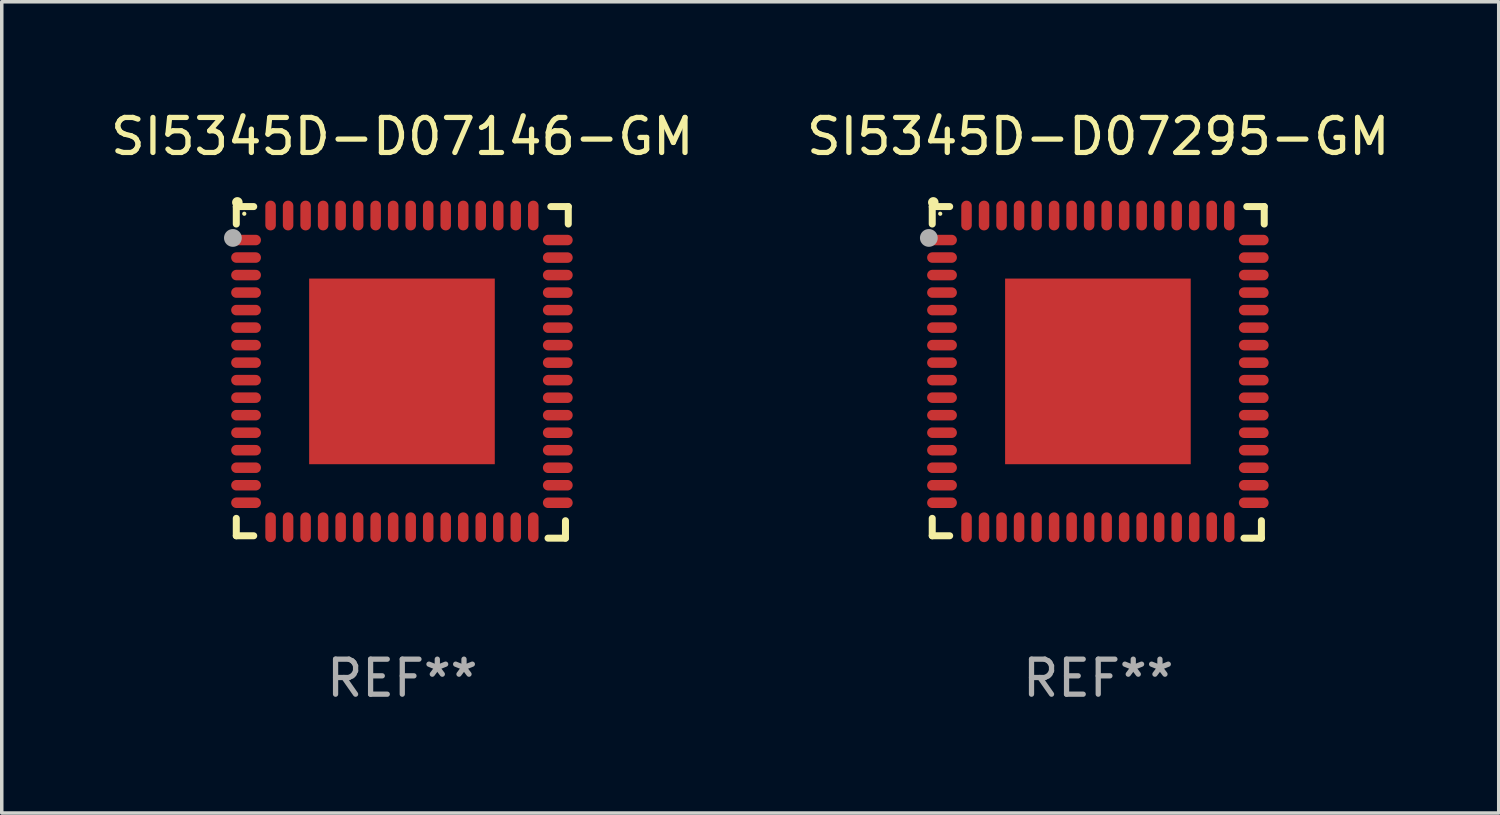
<source format=kicad_pcb>
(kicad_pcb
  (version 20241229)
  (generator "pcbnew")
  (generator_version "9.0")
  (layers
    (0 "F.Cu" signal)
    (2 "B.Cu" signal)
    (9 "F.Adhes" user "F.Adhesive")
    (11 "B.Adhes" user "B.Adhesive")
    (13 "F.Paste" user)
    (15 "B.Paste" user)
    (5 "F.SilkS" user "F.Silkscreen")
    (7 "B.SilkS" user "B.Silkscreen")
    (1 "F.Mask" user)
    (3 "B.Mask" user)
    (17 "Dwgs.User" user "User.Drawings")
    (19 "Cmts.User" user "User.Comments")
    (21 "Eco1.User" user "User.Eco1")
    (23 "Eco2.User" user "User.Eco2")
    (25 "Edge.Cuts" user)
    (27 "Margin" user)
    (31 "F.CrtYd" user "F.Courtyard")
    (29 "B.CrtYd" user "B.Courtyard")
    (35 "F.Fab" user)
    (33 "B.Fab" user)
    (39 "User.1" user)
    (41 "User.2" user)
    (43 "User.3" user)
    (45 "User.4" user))
  (footprint "SI5345D-D07295-GM"
    (layer "F.Cu")
    (at 28.304 7.581)
    (property "Reference" "SI5345D-D07295-GM" (at 0 -6.733 0) (layer "F.SilkS") (effects (font (size 1 1) (thickness 0.15))))
    (attr through_hole)
    (fp_line (start -4.739 -4.733) (end -4.241 -4.733) (stroke (width 0.2) (type solid)) (layer "F.SilkS"))
    (fp_line (start -4.739 -4.235) (end -4.739 -4.733) (stroke (width 0.2) (type solid)) (layer "F.SilkS"))
    (fp_line (start -4.739 4.168) (end -4.739 4.665) (stroke (width 0.2) (type solid)) (layer "F.SilkS"))
    (fp_line (start -4.739 4.665) (end -4.241 4.665) (stroke (width 0.2) (type solid)) (layer "F.SilkS"))
    (fp_line (start 4.161 4.733) (end 4.659 4.733) (stroke (width 0.2) (type solid)) (layer "F.SilkS"))
    (fp_line (start 4.241 -4.733) (end 4.739 -4.733) (stroke (width 0.2) (type solid)) (layer "F.SilkS"))
    (fp_line (start 4.659 4.733) (end 4.659 4.235) (stroke (width 0.2) (type solid)) (layer "F.SilkS"))
    (fp_line (start 4.739 -4.733) (end 4.739 -4.235) (stroke (width 0.2) (type solid)) (layer "F.SilkS"))
    (fp_arc (start -4.708623 -4.85108) (mid -4.708628 -4.85235) (end -4.708623 -4.85362) (stroke (width 0.3) (type solid)) (layer "F.SilkS"))
    (fp_circle (center -4.511 -4.529) (end -4.481 -4.529) (stroke (width 0.06) (type solid)) (fill no) (layer "F.SilkS"))
    (fp_circle (center -4.836 -3.838) (end -4.709 -3.838) (stroke (width 0.254) (type solid)) (fill no) (layer "F.Fab"))
    (fp_text user "REF**" (at 0 8.733 0) (layer "F.Fab") (effects (font (size 1 1) (thickness 0.15))))
    (pad "1" smd oval (at -4.46 -3.778) (size 0.85 0.3) (layers "F.Cu" "F.Mask" "F.Paste"))
    (pad "2" smd oval (at -4.46 -3.278) (size 0.85 0.3) (layers "F.Cu" "F.Mask" "F.Paste"))
    (pad "3" smd oval (at -4.46 -2.778) (size 0.85 0.3) (layers "F.Cu" "F.Mask" "F.Paste"))
    (pad "4" smd oval (at -4.46 -2.278) (size 0.85 0.3) (layers "F.Cu" "F.Mask" "F.Paste"))
    (pad "5" smd oval (at -4.46 -1.778) (size 0.85 0.3) (layers "F.Cu" "F.Mask" "F.Paste"))
    (pad "6" smd oval (at -4.46 -1.278) (size 0.85 0.3) (layers "F.Cu" "F.Mask" "F.Paste"))
    (pad "7" smd oval (at -4.46 -0.778) (size 0.85 0.3) (layers "F.Cu" "F.Mask" "F.Paste"))
    (pad "8" smd oval (at -4.46 -0.278) (size 0.85 0.3) (layers "F.Cu" "F.Mask" "F.Paste"))
    (pad "9" smd oval (at -4.46 0.222) (size 0.85 0.3) (layers "F.Cu" "F.Mask" "F.Paste"))
    (pad "10" smd oval (at -4.46 0.722) (size 0.85 0.3) (layers "F.Cu" "F.Mask" "F.Paste"))
    (pad "11" smd oval (at -4.46 1.222) (size 0.85 0.3) (layers "F.Cu" "F.Mask" "F.Paste"))
    (pad "12" smd oval (at -4.46 1.722) (size 0.85 0.3) (layers "F.Cu" "F.Mask" "F.Paste"))
    (pad "13" smd oval (at -4.46 2.222) (size 0.85 0.3) (layers "F.Cu" "F.Mask" "F.Paste"))
    (pad "14" smd oval (at -4.46 2.722) (size 0.85 0.3) (layers "F.Cu" "F.Mask" "F.Paste"))
    (pad "15" smd oval (at -4.46 3.222) (size 0.85 0.3) (layers "F.Cu" "F.Mask" "F.Paste"))
    (pad "16" smd oval (at -4.46 3.722) (size 0.85 0.3) (layers "F.Cu" "F.Mask" "F.Paste"))
    (pad "17" smd oval (at -3.76 4.422) (size 0.3 0.85) (layers "F.Cu" "F.Mask" "F.Paste"))
    (pad "18" smd oval (at -3.26 4.422) (size 0.3 0.85) (layers "F.Cu" "F.Mask" "F.Paste"))
    (pad "19" smd oval (at -2.76 4.422) (size 0.3 0.85) (layers "F.Cu" "F.Mask" "F.Paste"))
    (pad "20" smd oval (at -2.26 4.422) (size 0.3 0.85) (layers "F.Cu" "F.Mask" "F.Paste"))
    (pad "21" smd oval (at -1.76 4.422) (size 0.3 0.85) (layers "F.Cu" "F.Mask" "F.Paste"))
    (pad "22" smd oval (at -1.26 4.422) (size 0.3 0.85) (layers "F.Cu" "F.Mask" "F.Paste"))
    (pad "23" smd oval (at -0.76 4.422) (size 0.3 0.85) (layers "F.Cu" "F.Mask" "F.Paste"))
    (pad "24" smd oval (at -0.26 4.422) (size 0.3 0.85) (layers "F.Cu" "F.Mask" "F.Paste"))
    (pad "25" smd oval (at 0.24 4.422) (size 0.3 0.85) (layers "F.Cu" "F.Mask" "F.Paste"))
    (pad "26" smd oval (at 0.74 4.422) (size 0.3 0.85) (layers "F.Cu" "F.Mask" "F.Paste"))
    (pad "27" smd oval (at 1.24 4.422) (size 0.3 0.85) (layers "F.Cu" "F.Mask" "F.Paste"))
    (pad "28" smd oval (at 1.74 4.422) (size 0.3 0.85) (layers "F.Cu" "F.Mask" "F.Paste"))
    (pad "29" smd oval (at 2.24 4.422) (size 0.3 0.85) (layers "F.Cu" "F.Mask" "F.Paste"))
    (pad "30" smd oval (at 2.74 4.422) (size 0.3 0.85) (layers "F.Cu" "F.Mask" "F.Paste"))
    (pad "31" smd oval (at 3.24 4.422) (size 0.3 0.85) (layers "F.Cu" "F.Mask" "F.Paste"))
    (pad "32" smd oval (at 3.74 4.422) (size 0.3 0.85) (layers "F.Cu" "F.Mask" "F.Paste"))
    (pad "33" smd oval (at 4.44 3.723) (size 0.85 0.3) (layers "F.Cu" "F.Mask" "F.Paste"))
    (pad "34" smd oval (at 4.44 3.222) (size 0.85 0.3) (layers "F.Cu" "F.Mask" "F.Paste"))
    (pad "35" smd oval (at 4.44 2.723) (size 0.85 0.3) (layers "F.Cu" "F.Mask" "F.Paste"))
    (pad "36" smd oval (at 4.44 2.222) (size 0.85 0.3) (layers "F.Cu" "F.Mask" "F.Paste"))
    (pad "37" smd oval (at 4.44 1.723) (size 0.85 0.3) (layers "F.Cu" "F.Mask" "F.Paste"))
    (pad "38" smd oval (at 4.44 1.222) (size 0.85 0.3) (layers "F.Cu" "F.Mask" "F.Paste"))
    (pad "39" smd oval (at 4.44 0.723) (size 0.85 0.3) (layers "F.Cu" "F.Mask" "F.Paste"))
    (pad "40" smd oval (at 4.44 0.222) (size 0.85 0.3) (layers "F.Cu" "F.Mask" "F.Paste"))
    (pad "41" smd oval (at 4.44 -0.277) (size 0.85 0.3) (layers "F.Cu" "F.Mask" "F.Paste"))
    (pad "42" smd oval (at 4.44 -0.778) (size 0.85 0.3) (layers "F.Cu" "F.Mask" "F.Paste"))
    (pad "43" smd oval (at 4.44 -1.277) (size 0.85 0.3) (layers "F.Cu" "F.Mask" "F.Paste"))
    (pad "44" smd oval (at 4.44 -1.778) (size 0.85 0.3) (layers "F.Cu" "F.Mask" "F.Paste"))
    (pad "45" smd oval (at 4.44 -2.277) (size 0.85 0.3) (layers "F.Cu" "F.Mask" "F.Paste"))
    (pad "46" smd oval (at 4.44 -2.778) (size 0.85 0.3) (layers "F.Cu" "F.Mask" "F.Paste"))
    (pad "47" smd oval (at 4.44 -3.277) (size 0.85 0.3) (layers "F.Cu" "F.Mask" "F.Paste"))
    (pad "48" smd oval (at 4.44 -3.778) (size 0.85 0.3) (layers "F.Cu" "F.Mask" "F.Paste"))
    (pad "49" smd oval (at 3.74 -4.478) (size 0.3 0.85) (layers "F.Cu" "F.Mask" "F.Paste"))
    (pad "50" smd oval (at 3.24 -4.478) (size 0.3 0.85) (layers "F.Cu" "F.Mask" "F.Paste"))
    (pad "51" smd oval (at 2.74 -4.478) (size 0.3 0.85) (layers "F.Cu" "F.Mask" "F.Paste"))
    (pad "52" smd oval (at 2.24 -4.478) (size 0.3 0.85) (layers "F.Cu" "F.Mask" "F.Paste"))
    (pad "53" smd oval (at 1.74 -4.478) (size 0.3 0.85) (layers "F.Cu" "F.Mask" "F.Paste"))
    (pad "54" smd oval (at 1.24 -4.478) (size 0.3 0.85) (layers "F.Cu" "F.Mask" "F.Paste"))
    (pad "55" smd oval (at 0.74 -4.478) (size 0.3 0.85) (layers "F.Cu" "F.Mask" "F.Paste"))
    (pad "56" smd oval (at 0.24 -4.478) (size 0.3 0.85) (layers "F.Cu" "F.Mask" "F.Paste"))
    (pad "57" smd oval (at -0.26 -4.478) (size 0.3 0.85) (layers "F.Cu" "F.Mask" "F.Paste"))
    (pad "58" smd oval (at -0.76 -4.478) (size 0.3 0.85) (layers "F.Cu" "F.Mask" "F.Paste"))
    (pad "59" smd oval (at -1.26 -4.478) (size 0.3 0.85) (layers "F.Cu" "F.Mask" "F.Paste"))
    (pad "60" smd oval (at -1.76 -4.478) (size 0.3 0.85) (layers "F.Cu" "F.Mask" "F.Paste"))
    (pad "61" smd oval (at -2.26 -4.478) (size 0.3 0.85) (layers "F.Cu" "F.Mask" "F.Paste"))
    (pad "62" smd oval (at -2.76 -4.478) (size 0.3 0.85) (layers "F.Cu" "F.Mask" "F.Paste"))
    (pad "63" smd oval (at -3.26 -4.478) (size 0.3 0.85) (layers "F.Cu" "F.Mask" "F.Paste"))
    (pad "64" smd oval (at -3.76 -4.478) (size 0.3 0.85) (layers "F.Cu" "F.Mask" "F.Paste"))
    (pad "65" smd rect (at -0.009 -0.028 90) (size 5.3 5.3) (layers "F.Cu" "F.Mask" "F.Paste")))
  (footprint "SI5345D-D07146-GM"
    (layer "F.Cu")
    (at 8.435 7.581)
    (property "Reference" "SI5345D-D07146-GM" (at 0 -6.733 0) (layer "F.SilkS") (effects (font (size 1 1) (thickness 0.15))))
    (attr through_hole)
    (fp_line (start -4.739 -4.733) (end -4.241 -4.733) (stroke (width 0.2) (type solid)) (layer "F.SilkS"))
    (fp_line (start -4.739 -4.235) (end -4.739 -4.733) (stroke (width 0.2) (type solid)) (layer "F.SilkS"))
    (fp_line (start -4.739 4.168) (end -4.739 4.665) (stroke (width 0.2) (type solid)) (layer "F.SilkS"))
    (fp_line (start -4.739 4.665) (end -4.241 4.665) (stroke (width 0.2) (type solid)) (layer "F.SilkS"))
    (fp_line (start 4.161 4.733) (end 4.659 4.733) (stroke (width 0.2) (type solid)) (layer "F.SilkS"))
    (fp_line (start 4.241 -4.733) (end 4.739 -4.733) (stroke (width 0.2) (type solid)) (layer "F.SilkS"))
    (fp_line (start 4.659 4.733) (end 4.659 4.235) (stroke (width 0.2) (type solid)) (layer "F.SilkS"))
    (fp_line (start 4.739 -4.733) (end 4.739 -4.235) (stroke (width 0.2) (type solid)) (layer "F.SilkS"))
    (fp_arc (start -4.708623 -4.85108) (mid -4.708628 -4.85235) (end -4.708623 -4.85362) (stroke (width 0.3) (type solid)) (layer "F.SilkS"))
    (fp_circle (center -4.511 -4.529) (end -4.481 -4.529) (stroke (width 0.06) (type solid)) (fill no) (layer "F.SilkS"))
    (fp_circle (center -4.836 -3.838) (end -4.709 -3.838) (stroke (width 0.254) (type solid)) (fill no) (layer "F.Fab"))
    (fp_text user "REF**" (at 0 8.733 0) (layer "F.Fab") (effects (font (size 1 1) (thickness 0.15))))
    (pad "1" smd oval (at -4.46 -3.778) (size 0.85 0.3) (layers "F.Cu" "F.Mask" "F.Paste"))
    (pad "2" smd oval (at -4.46 -3.278) (size 0.85 0.3) (layers "F.Cu" "F.Mask" "F.Paste"))
    (pad "3" smd oval (at -4.46 -2.778) (size 0.85 0.3) (layers "F.Cu" "F.Mask" "F.Paste"))
    (pad "4" smd oval (at -4.46 -2.278) (size 0.85 0.3) (layers "F.Cu" "F.Mask" "F.Paste"))
    (pad "5" smd oval (at -4.46 -1.778) (size 0.85 0.3) (layers "F.Cu" "F.Mask" "F.Paste"))
    (pad "6" smd oval (at -4.46 -1.278) (size 0.85 0.3) (layers "F.Cu" "F.Mask" "F.Paste"))
    (pad "7" smd oval (at -4.46 -0.778) (size 0.85 0.3) (layers "F.Cu" "F.Mask" "F.Paste"))
    (pad "8" smd oval (at -4.46 -0.278) (size 0.85 0.3) (layers "F.Cu" "F.Mask" "F.Paste"))
    (pad "9" smd oval (at -4.46 0.222) (size 0.85 0.3) (layers "F.Cu" "F.Mask" "F.Paste"))
    (pad "10" smd oval (at -4.46 0.722) (size 0.85 0.3) (layers "F.Cu" "F.Mask" "F.Paste"))
    (pad "11" smd oval (at -4.46 1.222) (size 0.85 0.3) (layers "F.Cu" "F.Mask" "F.Paste"))
    (pad "12" smd oval (at -4.46 1.722) (size 0.85 0.3) (layers "F.Cu" "F.Mask" "F.Paste"))
    (pad "13" smd oval (at -4.46 2.222) (size 0.85 0.3) (layers "F.Cu" "F.Mask" "F.Paste"))
    (pad "14" smd oval (at -4.46 2.722) (size 0.85 0.3) (layers "F.Cu" "F.Mask" "F.Paste"))
    (pad "15" smd oval (at -4.46 3.222) (size 0.85 0.3) (layers "F.Cu" "F.Mask" "F.Paste"))
    (pad "16" smd oval (at -4.46 3.722) (size 0.85 0.3) (layers "F.Cu" "F.Mask" "F.Paste"))
    (pad "17" smd oval (at -3.76 4.422) (size 0.3 0.85) (layers "F.Cu" "F.Mask" "F.Paste"))
    (pad "18" smd oval (at -3.26 4.422) (size 0.3 0.85) (layers "F.Cu" "F.Mask" "F.Paste"))
    (pad "19" smd oval (at -2.76 4.422) (size 0.3 0.85) (layers "F.Cu" "F.Mask" "F.Paste"))
    (pad "20" smd oval (at -2.26 4.422) (size 0.3 0.85) (layers "F.Cu" "F.Mask" "F.Paste"))
    (pad "21" smd oval (at -1.76 4.422) (size 0.3 0.85) (layers "F.Cu" "F.Mask" "F.Paste"))
    (pad "22" smd oval (at -1.26 4.422) (size 0.3 0.85) (layers "F.Cu" "F.Mask" "F.Paste"))
    (pad "23" smd oval (at -0.76 4.422) (size 0.3 0.85) (layers "F.Cu" "F.Mask" "F.Paste"))
    (pad "24" smd oval (at -0.26 4.422) (size 0.3 0.85) (layers "F.Cu" "F.Mask" "F.Paste"))
    (pad "25" smd oval (at 0.24 4.422) (size 0.3 0.85) (layers "F.Cu" "F.Mask" "F.Paste"))
    (pad "26" smd oval (at 0.74 4.422) (size 0.3 0.85) (layers "F.Cu" "F.Mask" "F.Paste"))
    (pad "27" smd oval (at 1.24 4.422) (size 0.3 0.85) (layers "F.Cu" "F.Mask" "F.Paste"))
    (pad "28" smd oval (at 1.74 4.422) (size 0.3 0.85) (layers "F.Cu" "F.Mask" "F.Paste"))
    (pad "29" smd oval (at 2.24 4.422) (size 0.3 0.85) (layers "F.Cu" "F.Mask" "F.Paste"))
    (pad "30" smd oval (at 2.74 4.422) (size 0.3 0.85) (layers "F.Cu" "F.Mask" "F.Paste"))
    (pad "31" smd oval (at 3.24 4.422) (size 0.3 0.85) (layers "F.Cu" "F.Mask" "F.Paste"))
    (pad "32" smd oval (at 3.74 4.422) (size 0.3 0.85) (layers "F.Cu" "F.Mask" "F.Paste"))
    (pad "33" smd oval (at 4.44 3.723) (size 0.85 0.3) (layers "F.Cu" "F.Mask" "F.Paste"))
    (pad "34" smd oval (at 4.44 3.222) (size 0.85 0.3) (layers "F.Cu" "F.Mask" "F.Paste"))
    (pad "35" smd oval (at 4.44 2.723) (size 0.85 0.3) (layers "F.Cu" "F.Mask" "F.Paste"))
    (pad "36" smd oval (at 4.44 2.222) (size 0.85 0.3) (layers "F.Cu" "F.Mask" "F.Paste"))
    (pad "37" smd oval (at 4.44 1.723) (size 0.85 0.3) (layers "F.Cu" "F.Mask" "F.Paste"))
    (pad "38" smd oval (at 4.44 1.222) (size 0.85 0.3) (layers "F.Cu" "F.Mask" "F.Paste"))
    (pad "39" smd oval (at 4.44 0.723) (size 0.85 0.3) (layers "F.Cu" "F.Mask" "F.Paste"))
    (pad "40" smd oval (at 4.44 0.222) (size 0.85 0.3) (layers "F.Cu" "F.Mask" "F.Paste"))
    (pad "41" smd oval (at 4.44 -0.277) (size 0.85 0.3) (layers "F.Cu" "F.Mask" "F.Paste"))
    (pad "42" smd oval (at 4.44 -0.778) (size 0.85 0.3) (layers "F.Cu" "F.Mask" "F.Paste"))
    (pad "43" smd oval (at 4.44 -1.277) (size 0.85 0.3) (layers "F.Cu" "F.Mask" "F.Paste"))
    (pad "44" smd oval (at 4.44 -1.778) (size 0.85 0.3) (layers "F.Cu" "F.Mask" "F.Paste"))
    (pad "45" smd oval (at 4.44 -2.277) (size 0.85 0.3) (layers "F.Cu" "F.Mask" "F.Paste"))
    (pad "46" smd oval (at 4.44 -2.778) (size 0.85 0.3) (layers "F.Cu" "F.Mask" "F.Paste"))
    (pad "47" smd oval (at 4.44 -3.277) (size 0.85 0.3) (layers "F.Cu" "F.Mask" "F.Paste"))
    (pad "48" smd oval (at 4.44 -3.778) (size 0.85 0.3) (layers "F.Cu" "F.Mask" "F.Paste"))
    (pad "49" smd oval (at 3.74 -4.478) (size 0.3 0.85) (layers "F.Cu" "F.Mask" "F.Paste"))
    (pad "50" smd oval (at 3.24 -4.478) (size 0.3 0.85) (layers "F.Cu" "F.Mask" "F.Paste"))
    (pad "51" smd oval (at 2.74 -4.478) (size 0.3 0.85) (layers "F.Cu" "F.Mask" "F.Paste"))
    (pad "52" smd oval (at 2.24 -4.478) (size 0.3 0.85) (layers "F.Cu" "F.Mask" "F.Paste"))
    (pad "53" smd oval (at 1.74 -4.478) (size 0.3 0.85) (layers "F.Cu" "F.Mask" "F.Paste"))
    (pad "54" smd oval (at 1.24 -4.478) (size 0.3 0.85) (layers "F.Cu" "F.Mask" "F.Paste"))
    (pad "55" smd oval (at 0.74 -4.478) (size 0.3 0.85) (layers "F.Cu" "F.Mask" "F.Paste"))
    (pad "56" smd oval (at 0.24 -4.478) (size 0.3 0.85) (layers "F.Cu" "F.Mask" "F.Paste"))
    (pad "57" smd oval (at -0.26 -4.478) (size 0.3 0.85) (layers "F.Cu" "F.Mask" "F.Paste"))
    (pad "58" smd oval (at -0.76 -4.478) (size 0.3 0.85) (layers "F.Cu" "F.Mask" "F.Paste"))
    (pad "59" smd oval (at -1.26 -4.478) (size 0.3 0.85) (layers "F.Cu" "F.Mask" "F.Paste"))
    (pad "60" smd oval (at -1.76 -4.478) (size 0.3 0.85) (layers "F.Cu" "F.Mask" "F.Paste"))
    (pad "61" smd oval (at -2.26 -4.478) (size 0.3 0.85) (layers "F.Cu" "F.Mask" "F.Paste"))
    (pad "62" smd oval (at -2.76 -4.478) (size 0.3 0.85) (layers "F.Cu" "F.Mask" "F.Paste"))
    (pad "63" smd oval (at -3.26 -4.478) (size 0.3 0.85) (layers "F.Cu" "F.Mask" "F.Paste"))
    (pad "64" smd oval (at -3.76 -4.478) (size 0.3 0.85) (layers "F.Cu" "F.Mask" "F.Paste"))
    (pad "65" smd rect (at -0.009 -0.028 90) (size 5.3 5.3) (layers "F.Cu" "F.Mask" "F.Paste")))
  (gr_rect
    (start -3 -3)
    (end 39.738 20.162)
    (stroke (width 0.1) (type default))
    (fill no)
    (layer "Edge.Cuts")))
</source>
